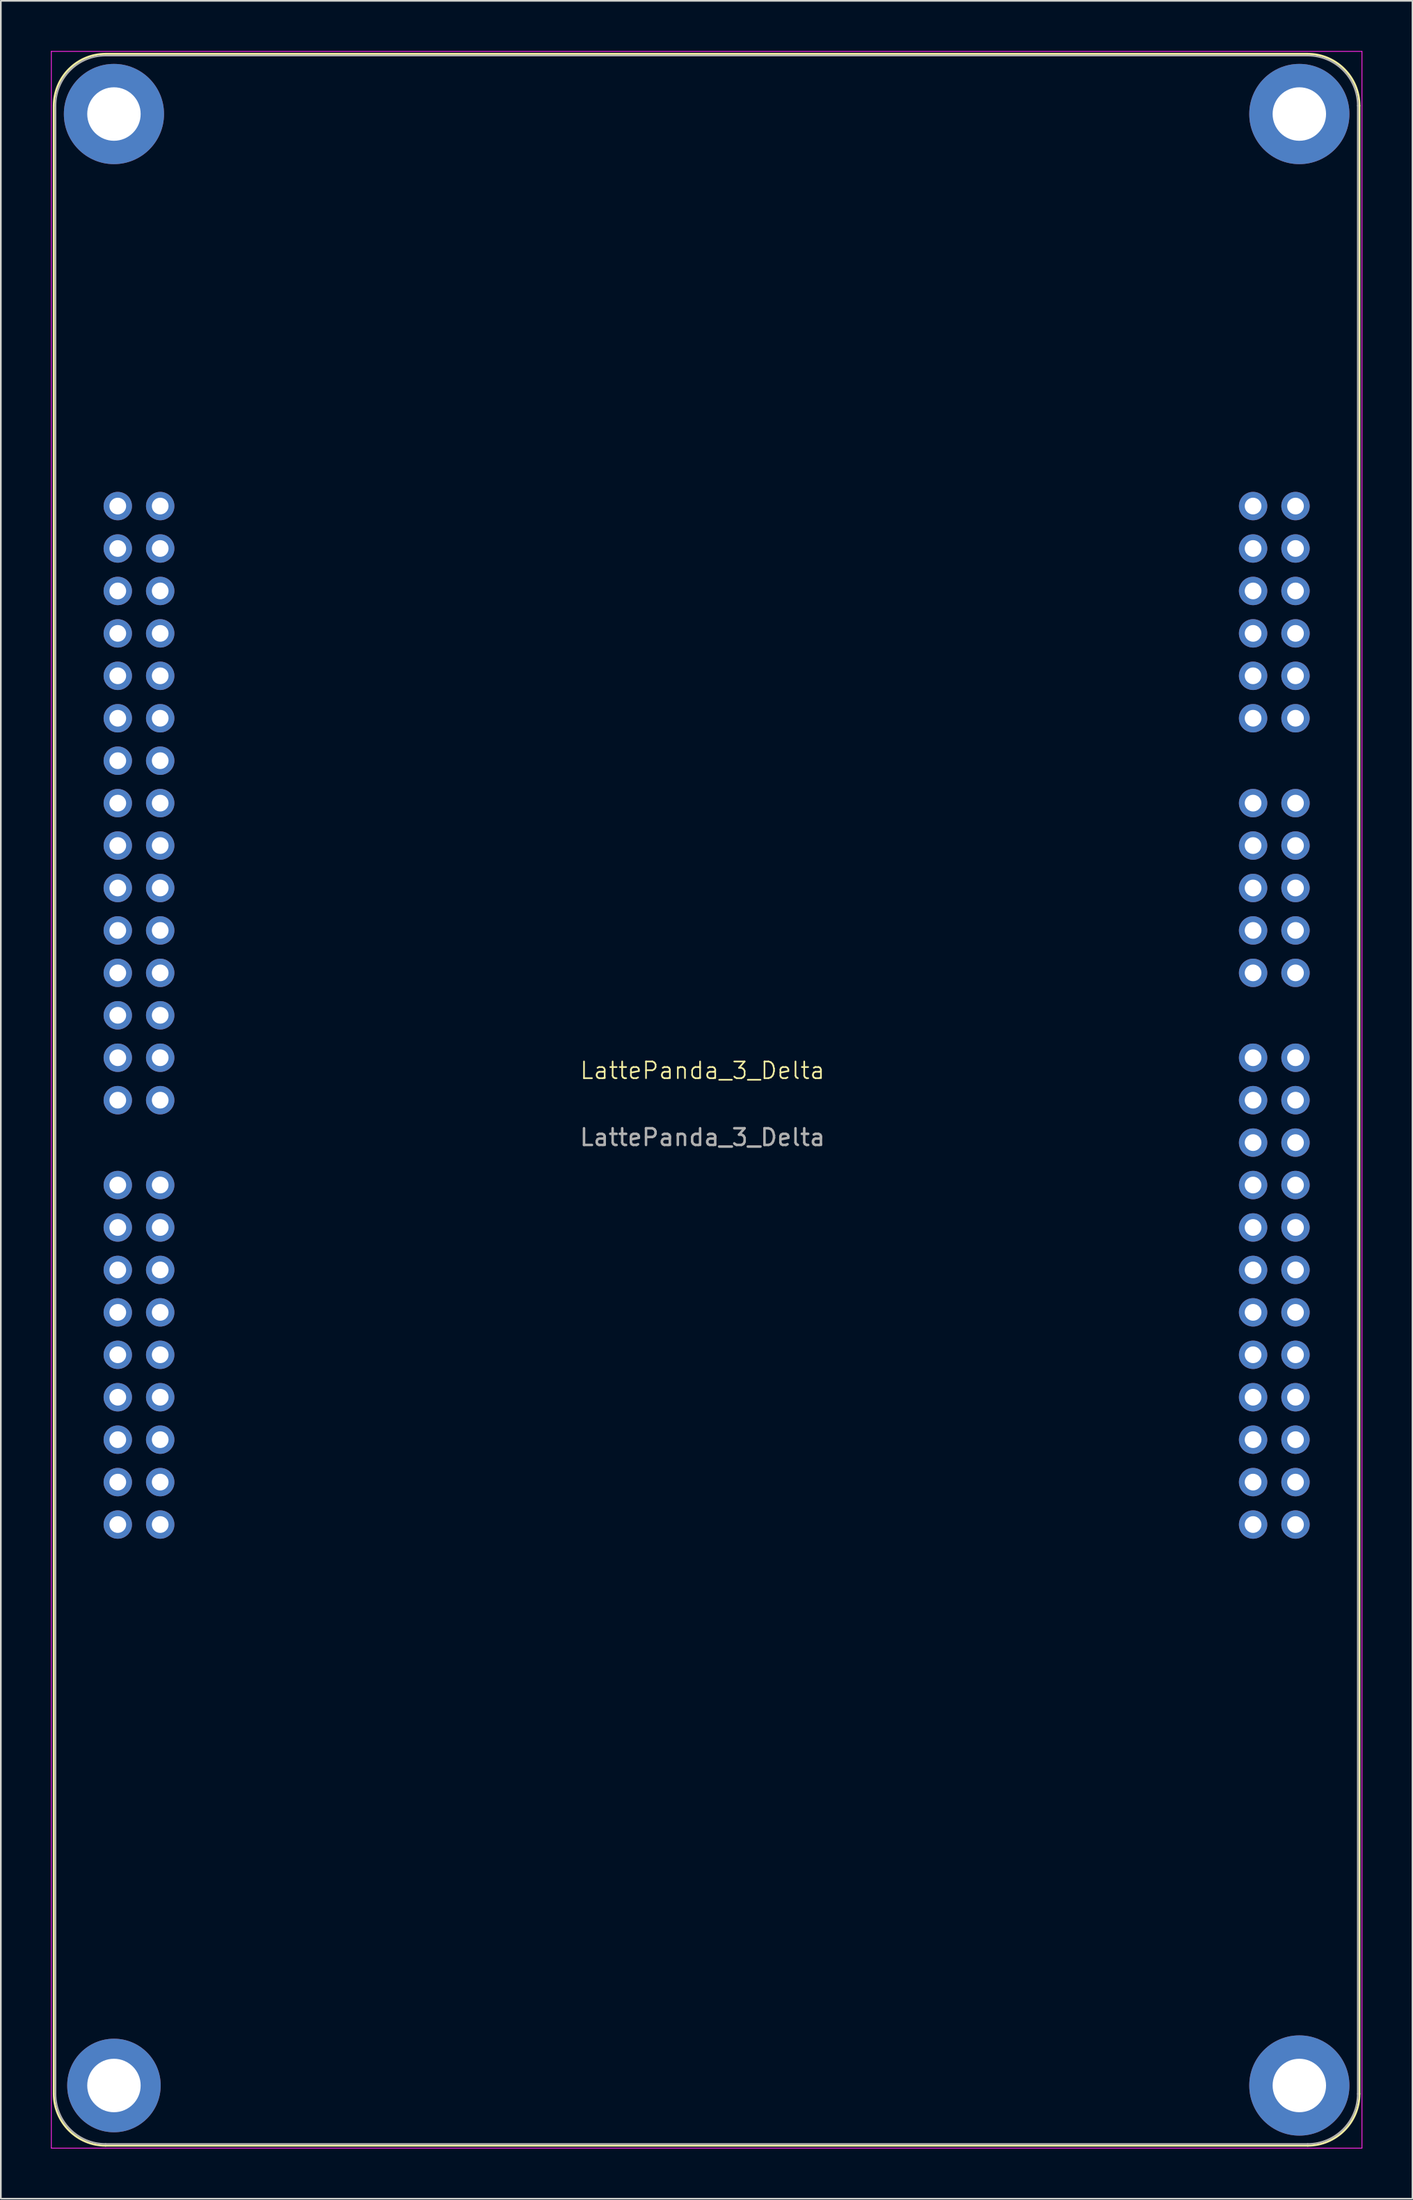
<source format=kicad_pcb>
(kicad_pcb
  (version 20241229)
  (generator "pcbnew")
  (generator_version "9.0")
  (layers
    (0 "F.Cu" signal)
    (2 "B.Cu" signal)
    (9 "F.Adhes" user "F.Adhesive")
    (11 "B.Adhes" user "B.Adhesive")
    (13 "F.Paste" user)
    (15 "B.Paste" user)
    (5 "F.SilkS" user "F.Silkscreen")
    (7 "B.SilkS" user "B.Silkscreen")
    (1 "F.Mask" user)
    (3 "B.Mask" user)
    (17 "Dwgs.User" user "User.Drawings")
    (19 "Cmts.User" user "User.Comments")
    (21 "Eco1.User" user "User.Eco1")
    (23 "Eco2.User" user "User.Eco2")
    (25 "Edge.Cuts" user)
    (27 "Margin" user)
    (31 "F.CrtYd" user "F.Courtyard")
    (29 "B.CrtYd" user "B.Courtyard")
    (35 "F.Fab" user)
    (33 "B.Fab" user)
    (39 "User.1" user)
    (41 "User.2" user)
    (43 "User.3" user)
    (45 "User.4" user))
  (footprint "LattePanda_3_Delta"
    (layer "F.Cu")
    (at 4.005 27.24)
    (property "Reference" "LattePanda_3_Delta" (at 35.02 33.785 0) (unlocked yes) (layer "F.SilkS") (effects (font (size 1 1) (thickness 0.1))))
    (attr through_hole)
    (fp_line (start -3.83 -23.965) (end -3.83 95.035) (stroke (width 0.12) (type default)) (layer "F.SilkS"))
    (fp_line (start -0.73 -27.065) (end 71.27 -27.065) (stroke (width 0.12) (type default)) (layer "F.SilkS"))
    (fp_line (start -0.73 98.135) (end 71.27 98.135) (stroke (width 0.12) (type default)) (layer "F.SilkS"))
    (fp_line (start 74.37 -23.965) (end 74.37 95.035) (stroke (width 0.12) (type default)) (layer "F.SilkS"))
    (fp_arc (start -3.83 -23.965) (mid -2.922031 -26.157031) (end -0.73 -27.065) (stroke (width 0.12) (type default)) (layer "F.SilkS"))
    (fp_arc (start -0.73 98.135) (mid -2.922031 97.227031) (end -3.83 95.035) (stroke (width 0.12) (type default)) (layer "F.SilkS"))
    (fp_arc (start 71.27 -27.065) (mid 73.462031 -26.157031) (end 74.37 -23.965) (stroke (width 0.12) (type default)) (layer "F.SilkS"))
    (fp_arc (start 74.37 95.035) (mid 73.462031 97.227031) (end 71.27 98.135) (stroke (width 0.12) (type default)) (layer "F.SilkS"))
    (fp_line (start -3.98 -27.215) (end -3.98 98.285) (stroke (width 0.05) (type default)) (layer "F.CrtYd"))
    (fp_line (start -3.98 -27.215) (end 74.52 -27.215) (stroke (width 0.05) (type default)) (layer "F.CrtYd"))
    (fp_line (start -3.98 98.285) (end 74.52 98.285) (stroke (width 0.05) (type default)) (layer "F.CrtYd"))
    (fp_line (start 74.52 -27.215) (end 74.52 98.285) (stroke (width 0.05) (type default)) (layer "F.CrtYd"))
    (fp_line (start -3.73 -23.965) (end -3.73 95.035) (stroke (width 0.1) (type default)) (layer "F.Fab"))
    (fp_line (start -0.73 -26.965) (end 71.27 -26.965) (stroke (width 0.1) (type default)) (layer "F.Fab"))
    (fp_line (start -0.73 98.035) (end 71.27 98.035) (stroke (width 0.1) (type default)) (layer "F.Fab"))
    (fp_line (start 74.27 -23.965) (end 74.27 95.035) (stroke (width 0.1) (type default)) (layer "F.Fab"))
    (fp_arc (start -3.73 -23.965) (mid -2.85132 -26.08632) (end -0.73 -26.965) (stroke (width 0.1) (type default)) (layer "F.Fab"))
    (fp_arc (start -0.73 98.035) (mid -2.85132 97.15632) (end -3.73 95.035) (stroke (width 0.1) (type default)) (layer "F.Fab"))
    (fp_arc (start 71.27 -26.965) (mid 73.39132 -26.08632) (end 74.27 -23.965) (stroke (width 0.1) (type default)) (layer "F.Fab"))
    (fp_arc (start 74.27 95.035) (mid 73.39132 97.15632) (end 71.27 98.035) (stroke (width 0.1) (type default)) (layer "F.Fab"))
    (fp_text user "${REFERENCE}" (at 35.02 37.785 0) (unlocked yes) (layer "F.Fab") (effects (font (size 1 1) (thickness 0.15))))
    (pad "" np_thru_hole circle (at -0.23 -23.465) (size 6 6) (drill 3.2) (layers "*.Cu" "*.Mask"))
    (pad "" np_thru_hole circle (at -0.23 94.535) (size 5.6 5.6) (drill 3.2) (layers "*.Cu" "*.Mask"))
    (pad "" np_thru_hole circle (at 70.77 -23.465) (size 6 6) (drill 3.2) (layers "*.Cu" "*.Mask"))
    (pad "" np_thru_hole circle (at 70.77 94.535) (size 6 6) (drill 3.2) (layers "*.Cu" "*.Mask"))
    (pad "1" thru_hole circle (at 0 0) (size 1.7 1.7) (drill 1) (layers "*.Cu" "*.Mask") (remove_unused_layers yes) (keep_end_layers yes) (zone_layer_connections))
    (pad "2" thru_hole circle (at 2.54 0) (size 1.7 1.7) (drill 1) (layers "*.Cu" "*.Mask") (remove_unused_layers yes) (keep_end_layers yes) (zone_layer_connections))
    (pad "3" thru_hole circle (at 0 2.54) (size 1.7 1.7) (drill 1) (layers "*.Cu" "*.Mask") (remove_unused_layers yes) (keep_end_layers yes) (zone_layer_connections))
    (pad "4" thru_hole circle (at 2.54 2.54) (size 1.7 1.7) (drill 1) (layers "*.Cu" "*.Mask") (remove_unused_layers yes) (keep_end_layers yes) (zone_layer_connections))
    (pad "5" thru_hole circle (at 0 5.08) (size 1.7 1.7) (drill 1) (layers "*.Cu" "*.Mask") (remove_unused_layers yes) (keep_end_layers yes) (zone_layer_connections))
    (pad "6" thru_hole circle (at 2.54 5.08) (size 1.7 1.7) (drill 1) (layers "*.Cu" "*.Mask") (remove_unused_layers yes) (keep_end_layers yes) (zone_layer_connections))
    (pad "7" thru_hole circle (at 0 7.62) (size 1.7 1.7) (drill 1) (layers "*.Cu" "*.Mask") (remove_unused_layers yes) (keep_end_layers yes) (zone_layer_connections))
    (pad "8" thru_hole circle (at 2.54 7.62) (size 1.7 1.7) (drill 1) (layers "*.Cu" "*.Mask") (remove_unused_layers yes) (keep_end_layers yes) (zone_layer_connections))
    (pad "9" thru_hole circle (at 0 10.16) (size 1.7 1.7) (drill 1) (layers "*.Cu" "*.Mask") (remove_unused_layers yes) (keep_end_layers yes) (zone_layer_connections))
    (pad "10" thru_hole circle (at 2.54 10.16) (size 1.7 1.7) (drill 1) (layers "*.Cu" "*.Mask") (remove_unused_layers yes) (keep_end_layers yes) (zone_layer_connections))
    (pad "11" thru_hole circle (at 0 12.7) (size 1.7 1.7) (drill 1) (layers "*.Cu" "*.Mask") (remove_unused_layers yes) (keep_end_layers yes) (zone_layer_connections))
    (pad "12" thru_hole circle (at 2.54 12.7) (size 1.7 1.7) (drill 1) (layers "*.Cu" "*.Mask") (remove_unused_layers yes) (keep_end_layers yes) (zone_layer_connections))
    (pad "13" thru_hole circle (at 0 15.24) (size 1.7 1.7) (drill 1) (layers "*.Cu" "*.Mask") (remove_unused_layers yes) (keep_end_layers yes) (zone_layer_connections))
    (pad "14" thru_hole circle (at 2.54 15.24) (size 1.7 1.7) (drill 1) (layers "*.Cu" "*.Mask") (remove_unused_layers yes) (keep_end_layers yes) (zone_layer_connections))
    (pad "15" thru_hole circle (at 0 17.78) (size 1.7 1.7) (drill 1) (layers "*.Cu" "*.Mask") (remove_unused_layers yes) (keep_end_layers yes) (zone_layer_connections))
    (pad "16" thru_hole circle (at 2.54 17.78) (size 1.7 1.7) (drill 1) (layers "*.Cu" "*.Mask") (remove_unused_layers yes) (keep_end_layers yes) (zone_layer_connections))
    (pad "17" thru_hole circle (at 0 20.32) (size 1.7 1.7) (drill 1) (layers "*.Cu" "*.Mask") (remove_unused_layers yes) (keep_end_layers yes) (zone_layer_connections))
    (pad "18" thru_hole circle (at 2.54 20.32) (size 1.7 1.7) (drill 1) (layers "*.Cu" "*.Mask") (remove_unused_layers yes) (keep_end_layers yes) (zone_layer_connections))
    (pad "19" thru_hole circle (at 0 22.86) (size 1.7 1.7) (drill 1) (layers "*.Cu" "*.Mask") (remove_unused_layers yes) (keep_end_layers yes) (zone_layer_connections))
    (pad "20" thru_hole circle (at 2.54 22.86) (size 1.7 1.7) (drill 1) (layers "*.Cu" "*.Mask") (remove_unused_layers yes) (keep_end_layers yes) (zone_layer_connections))
    (pad "21" thru_hole circle (at 0 25.4) (size 1.7 1.7) (drill 1) (layers "*.Cu" "*.Mask") (remove_unused_layers yes) (keep_end_layers yes) (zone_layer_connections))
    (pad "22" thru_hole circle (at 2.54 25.4) (size 1.7 1.7) (drill 1) (layers "*.Cu" "*.Mask") (remove_unused_layers yes) (keep_end_layers yes) (zone_layer_connections))
    (pad "23" thru_hole circle (at 0 27.94) (size 1.7 1.7) (drill 1) (layers "*.Cu" "*.Mask") (remove_unused_layers yes) (keep_end_layers yes) (zone_layer_connections))
    (pad "24" thru_hole circle (at 2.54 27.94) (size 1.7 1.7) (drill 1) (layers "*.Cu" "*.Mask") (remove_unused_layers yes) (keep_end_layers yes) (zone_layer_connections))
    (pad "25" thru_hole circle (at 0 30.48) (size 1.7 1.7) (drill 1) (layers "*.Cu" "*.Mask") (remove_unused_layers yes) (keep_end_layers yes) (zone_layer_connections))
    (pad "26" thru_hole circle (at 2.54 30.48) (size 1.7 1.7) (drill 1) (layers "*.Cu" "*.Mask") (remove_unused_layers yes) (keep_end_layers yes) (zone_layer_connections))
    (pad "27" thru_hole circle (at 0 33.02) (size 1.7 1.7) (drill 1) (layers "*.Cu" "*.Mask") (remove_unused_layers yes) (keep_end_layers yes) (zone_layer_connections))
    (pad "28" thru_hole circle (at 2.54 33.02) (size 1.7 1.7) (drill 1) (layers "*.Cu" "*.Mask") (remove_unused_layers yes) (keep_end_layers yes) (zone_layer_connections))
    (pad "29" thru_hole circle (at 0 35.56) (size 1.7 1.7) (drill 1) (layers "*.Cu" "*.Mask") (remove_unused_layers yes) (keep_end_layers yes) (zone_layer_connections))
    (pad "30" thru_hole circle (at 2.54 35.56) (size 1.7 1.7) (drill 1) (layers "*.Cu" "*.Mask") (remove_unused_layers yes) (keep_end_layers yes) (zone_layer_connections))
    (pad "33" thru_hole circle (at 0 40.64) (size 1.7 1.7) (drill 1) (layers "*.Cu" "*.Mask") (remove_unused_layers yes) (keep_end_layers yes) (zone_layer_connections))
    (pad "34" thru_hole circle (at 2.54 40.64) (size 1.7 1.7) (drill 1) (layers "*.Cu" "*.Mask") (remove_unused_layers yes) (keep_end_layers yes) (zone_layer_connections))
    (pad "35" thru_hole circle (at 0 43.18) (size 1.7 1.7) (drill 1) (layers "*.Cu" "*.Mask") (remove_unused_layers yes) (keep_end_layers yes) (zone_layer_connections))
    (pad "36" thru_hole circle (at 2.54 43.18) (size 1.7 1.7) (drill 1) (layers "*.Cu" "*.Mask") (remove_unused_layers yes) (keep_end_layers yes) (zone_layer_connections))
    (pad "37" thru_hole circle (at 0 45.72) (size 1.7 1.7) (drill 1) (layers "*.Cu" "*.Mask") (remove_unused_layers yes) (keep_end_layers yes) (zone_layer_connections))
    (pad "38" thru_hole circle (at 2.54 45.72) (size 1.7 1.7) (drill 1) (layers "*.Cu" "*.Mask") (remove_unused_layers yes) (keep_end_layers yes) (zone_layer_connections))
    (pad "39" thru_hole circle (at 0 48.26) (size 1.7 1.7) (drill 1) (layers "*.Cu" "*.Mask") (remove_unused_layers yes) (keep_end_layers yes) (zone_layer_connections))
    (pad "40" thru_hole circle (at 2.54 48.26) (size 1.7 1.7) (drill 1) (layers "*.Cu" "*.Mask") (remove_unused_layers yes) (keep_end_layers yes) (zone_layer_connections))
    (pad "41" thru_hole circle (at 0 50.8) (size 1.7 1.7) (drill 1) (layers "*.Cu" "*.Mask") (remove_unused_layers yes) (keep_end_layers yes) (zone_layer_connections))
    (pad "42" thru_hole circle (at 2.54 50.8) (size 1.7 1.7) (drill 1) (layers "*.Cu" "*.Mask") (remove_unused_layers yes) (keep_end_layers yes) (zone_layer_connections))
    (pad "43" thru_hole circle (at 0 53.34) (size 1.7 1.7) (drill 1) (layers "*.Cu" "*.Mask") (remove_unused_layers yes) (keep_end_layers yes) (zone_layer_connections))
    (pad "44" thru_hole circle (at 2.54 53.34) (size 1.7 1.7) (drill 1) (layers "*.Cu" "*.Mask") (remove_unused_layers yes) (keep_end_layers yes) (zone_layer_connections))
    (pad "45" thru_hole circle (at 0 55.88) (size 1.7 1.7) (drill 1) (layers "*.Cu" "*.Mask") (remove_unused_layers yes) (keep_end_layers yes) (zone_layer_connections))
    (pad "46" thru_hole circle (at 2.54 55.88) (size 1.7 1.7) (drill 1) (layers "*.Cu" "*.Mask") (remove_unused_layers yes) (keep_end_layers yes) (zone_layer_connections))
    (pad "47" thru_hole circle (at 0 58.42) (size 1.7 1.7) (drill 1) (layers "*.Cu" "*.Mask") (remove_unused_layers yes) (keep_end_layers yes) (zone_layer_connections))
    (pad "48" thru_hole circle (at 2.54 58.42) (size 1.7 1.7) (drill 1) (layers "*.Cu" "*.Mask") (remove_unused_layers yes) (keep_end_layers yes) (zone_layer_connections))
    (pad "49" thru_hole circle (at 0 60.96) (size 1.7 1.7) (drill 1) (layers "*.Cu" "*.Mask") (remove_unused_layers yes) (keep_end_layers yes) (zone_layer_connections))
    (pad "50" thru_hole circle (at 2.54 60.96) (size 1.7 1.7) (drill 1) (layers "*.Cu" "*.Mask") (remove_unused_layers yes) (keep_end_layers yes) (zone_layer_connections))
    (pad "51" thru_hole circle (at 68 0) (size 1.7 1.7) (drill 1) (layers "*.Cu" "*.Mask") (remove_unused_layers yes) (keep_end_layers yes) (zone_layer_connections))
    (pad "52" thru_hole circle (at 70.54 0) (size 1.7 1.7) (drill 1) (layers "*.Cu" "*.Mask") (remove_unused_layers yes) (keep_end_layers yes) (zone_layer_connections))
    (pad "53" thru_hole circle (at 68 2.54) (size 1.7 1.7) (drill 1) (layers "*.Cu" "*.Mask") (remove_unused_layers yes) (keep_end_layers yes) (zone_layer_connections))
    (pad "54" thru_hole circle (at 70.54 2.54) (size 1.7 1.7) (drill 1) (layers "*.Cu" "*.Mask") (remove_unused_layers yes) (keep_end_layers yes) (zone_layer_connections))
    (pad "55" thru_hole circle (at 68 5.08) (size 1.7 1.7) (drill 1) (layers "*.Cu" "*.Mask") (remove_unused_layers yes) (keep_end_layers yes) (zone_layer_connections))
    (pad "56" thru_hole circle (at 70.54 5.08) (size 1.7 1.7) (drill 1) (layers "*.Cu" "*.Mask") (remove_unused_layers yes) (keep_end_layers yes) (zone_layer_connections))
    (pad "57" thru_hole circle (at 68 7.62) (size 1.7 1.7) (drill 1) (layers "*.Cu" "*.Mask") (remove_unused_layers yes) (keep_end_layers yes) (zone_layer_connections))
    (pad "58" thru_hole circle (at 70.54 7.62) (size 1.7 1.7) (drill 1) (layers "*.Cu" "*.Mask") (remove_unused_layers yes) (keep_end_layers yes) (zone_layer_connections))
    (pad "59" thru_hole circle (at 68 10.16) (size 1.7 1.7) (drill 1) (layers "*.Cu" "*.Mask") (remove_unused_layers yes) (keep_end_layers yes) (zone_layer_connections))
    (pad "60" thru_hole circle (at 70.54 10.16) (size 1.7 1.7) (drill 1) (layers "*.Cu" "*.Mask") (remove_unused_layers yes) (keep_end_layers yes) (zone_layer_connections))
    (pad "61" thru_hole circle (at 68 12.7) (size 1.7 1.7) (drill 1) (layers "*.Cu" "*.Mask") (remove_unused_layers yes) (keep_end_layers yes) (zone_layer_connections))
    (pad "62" thru_hole circle (at 70.54 12.7) (size 1.7 1.7) (drill 1) (layers "*.Cu" "*.Mask") (remove_unused_layers yes) (keep_end_layers yes) (zone_layer_connections))
    (pad "65" thru_hole circle (at 68 17.78) (size 1.7 1.7) (drill 1) (layers "*.Cu" "*.Mask") (remove_unused_layers yes) (keep_end_layers yes) (zone_layer_connections))
    (pad "66" thru_hole circle (at 70.54 17.78) (size 1.7 1.7) (drill 1) (layers "*.Cu" "*.Mask") (remove_unused_layers yes) (keep_end_layers yes) (zone_layer_connections))
    (pad "67" thru_hole circle (at 68 20.32) (size 1.7 1.7) (drill 1) (layers "*.Cu" "*.Mask") (remove_unused_layers yes) (keep_end_layers yes) (zone_layer_connections))
    (pad "68" thru_hole circle (at 70.54 20.32) (size 1.7 1.7) (drill 1) (layers "*.Cu" "*.Mask") (remove_unused_layers yes) (keep_end_layers yes) (zone_layer_connections))
    (pad "69" thru_hole circle (at 68 22.86) (size 1.7 1.7) (drill 1) (layers "*.Cu" "*.Mask") (remove_unused_layers yes) (keep_end_layers yes) (zone_layer_connections))
    (pad "70" thru_hole circle (at 70.54 22.86) (size 1.7 1.7) (drill 1) (layers "*.Cu" "*.Mask") (remove_unused_layers yes) (keep_end_layers yes) (zone_layer_connections))
    (pad "71" thru_hole circle (at 68 25.4) (size 1.7 1.7) (drill 1) (layers "*.Cu" "*.Mask") (remove_unused_layers yes) (keep_end_layers yes) (zone_layer_connections))
    (pad "72" thru_hole circle (at 70.54 25.4) (size 1.7 1.7) (drill 1) (layers "*.Cu" "*.Mask") (remove_unused_layers yes) (keep_end_layers yes) (zone_layer_connections))
    (pad "73" thru_hole circle (at 68 27.94) (size 1.7 1.7) (drill 1) (layers "*.Cu" "*.Mask") (remove_unused_layers yes) (keep_end_layers yes) (zone_layer_connections))
    (pad "74" thru_hole circle (at 70.54 27.94) (size 1.7 1.7) (drill 1) (layers "*.Cu" "*.Mask") (remove_unused_layers yes) (keep_end_layers yes) (zone_layer_connections))
    (pad "77" thru_hole circle (at 68 33.02) (size 1.7 1.7) (drill 1) (layers "*.Cu" "*.Mask") (remove_unused_layers yes) (keep_end_layers yes) (zone_layer_connections))
    (pad "78" thru_hole circle (at 70.54 33.02) (size 1.7 1.7) (drill 1) (layers "*.Cu" "*.Mask") (remove_unused_layers yes) (keep_end_layers yes) (zone_layer_connections))
    (pad "79" thru_hole circle (at 68 35.56) (size 1.7 1.7) (drill 1) (layers "*.Cu" "*.Mask") (remove_unused_layers yes) (keep_end_layers yes) (zone_layer_connections))
    (pad "80" thru_hole circle (at 70.54 35.56) (size 1.7 1.7) (drill 1) (layers "*.Cu" "*.Mask") (remove_unused_layers yes) (keep_end_layers yes) (zone_layer_connections))
    (pad "81" thru_hole circle (at 68 38.1) (size 1.7 1.7) (drill 1) (layers "*.Cu" "*.Mask") (remove_unused_layers yes) (keep_end_layers yes) (zone_layer_connections))
    (pad "82" thru_hole circle (at 70.54 38.1) (size 1.7 1.7) (drill 1) (layers "*.Cu" "*.Mask") (remove_unused_layers yes) (keep_end_layers yes) (zone_layer_connections))
    (pad "83" thru_hole circle (at 68 40.64) (size 1.7 1.7) (drill 1) (layers "*.Cu" "*.Mask") (remove_unused_layers yes) (keep_end_layers yes) (zone_layer_connections))
    (pad "84" thru_hole circle (at 70.54 40.64) (size 1.7 1.7) (drill 1) (layers "*.Cu" "*.Mask") (remove_unused_layers yes) (keep_end_layers yes) (zone_layer_connections))
    (pad "85" thru_hole circle (at 68 43.18) (size 1.7 1.7) (drill 1) (layers "*.Cu" "*.Mask") (remove_unused_layers yes) (keep_end_layers yes) (zone_layer_connections))
    (pad "86" thru_hole circle (at 70.54 43.18) (size 1.7 1.7) (drill 1) (layers "*.Cu" "*.Mask") (remove_unused_layers yes) (keep_end_layers yes) (zone_layer_connections))
    (pad "87" thru_hole circle (at 68 45.72) (size 1.7 1.7) (drill 1) (layers "*.Cu" "*.Mask") (remove_unused_layers yes) (keep_end_layers yes) (zone_layer_connections))
    (pad "88" thru_hole circle (at 70.54 45.72) (size 1.7 1.7) (drill 1) (layers "*.Cu" "*.Mask") (remove_unused_layers yes) (keep_end_layers yes) (zone_layer_connections))
    (pad "89" thru_hole circle (at 68 48.26) (size 1.7 1.7) (drill 1) (layers "*.Cu" "*.Mask") (remove_unused_layers yes) (keep_end_layers yes) (zone_layer_connections))
    (pad "90" thru_hole circle (at 70.54 48.26) (size 1.7 1.7) (drill 1) (layers "*.Cu" "*.Mask") (remove_unused_layers yes) (keep_end_layers yes) (zone_layer_connections))
    (pad "91" thru_hole circle (at 68 50.8) (size 1.7 1.7) (drill 1) (layers "*.Cu" "*.Mask") (remove_unused_layers yes) (keep_end_layers yes) (zone_layer_connections))
    (pad "92" thru_hole circle (at 70.54 50.8) (size 1.7 1.7) (drill 1) (layers "*.Cu" "*.Mask") (remove_unused_layers yes) (keep_end_layers yes) (zone_layer_connections))
    (pad "93" thru_hole circle (at 68 53.34) (size 1.7 1.7) (drill 1) (layers "*.Cu" "*.Mask") (remove_unused_layers yes) (keep_end_layers yes) (zone_layer_connections))
    (pad "94" thru_hole circle (at 70.54 53.34) (size 1.7 1.7) (drill 1) (layers "*.Cu" "*.Mask") (remove_unused_layers yes) (keep_end_layers yes) (zone_layer_connections))
    (pad "95" thru_hole circle (at 68 55.88) (size 1.7 1.7) (drill 1) (layers "*.Cu" "*.Mask") (remove_unused_layers yes) (keep_end_layers yes) (zone_layer_connections))
    (pad "96" thru_hole circle (at 70.54 55.88) (size 1.7 1.7) (drill 1) (layers "*.Cu" "*.Mask") (remove_unused_layers yes) (keep_end_layers yes) (zone_layer_connections))
    (pad "97" thru_hole circle (at 68 58.42) (size 1.7 1.7) (drill 1) (layers "*.Cu" "*.Mask") (remove_unused_layers yes) (keep_end_layers yes) (zone_layer_connections))
    (pad "98" thru_hole circle (at 70.54 58.42) (size 1.7 1.7) (drill 1) (layers "*.Cu" "*.Mask") (remove_unused_layers yes) (keep_end_layers yes) (zone_layer_connections))
    (pad "99" thru_hole circle (at 68 60.96) (size 1.7 1.7) (drill 1) (layers "*.Cu" "*.Mask") (remove_unused_layers yes) (keep_end_layers yes) (zone_layer_connections))
    (pad "100" thru_hole circle (at 70.54 60.96) (size 1.7 1.7) (drill 1) (layers "*.Cu" "*.Mask") (remove_unused_layers yes) (keep_end_layers yes) (zone_layer_connections)))
  (gr_rect
    (start -3 -3)
    (end 81.55 128.55)
    (stroke (width 0.1) (type default))
    (fill no)
    (layer "Edge.Cuts")))
</source>
